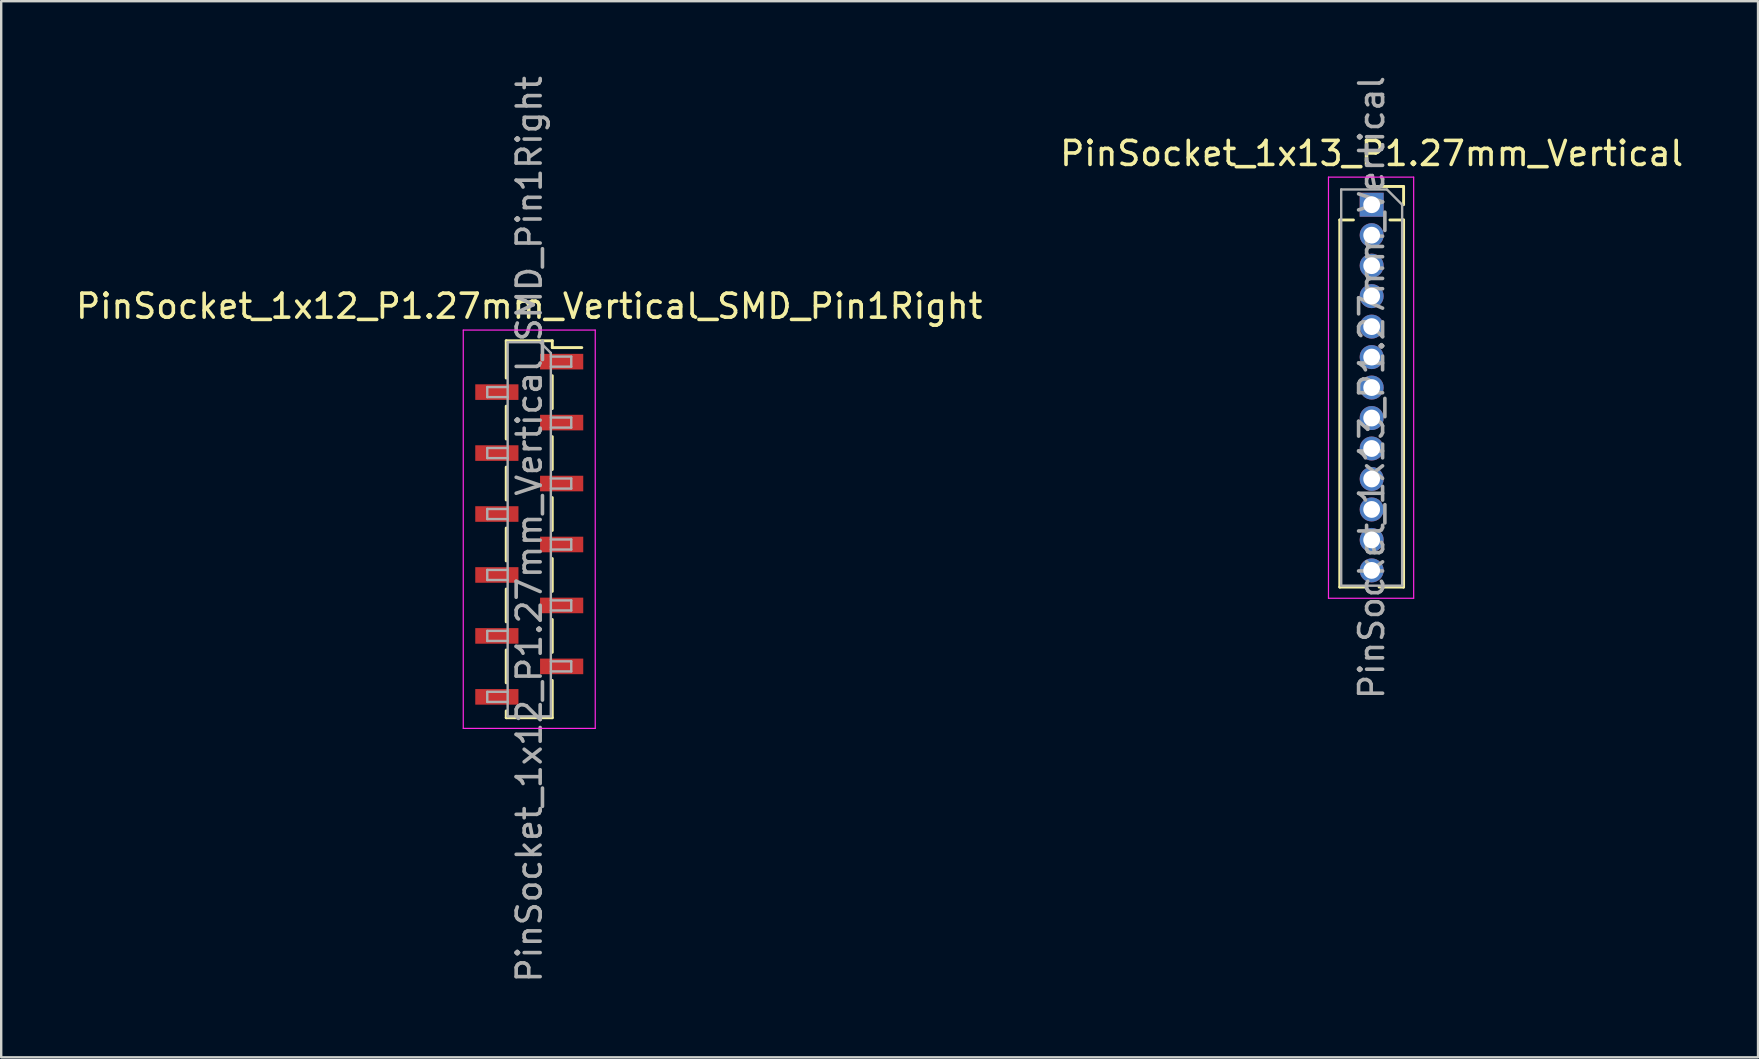
<source format=kicad_pcb>
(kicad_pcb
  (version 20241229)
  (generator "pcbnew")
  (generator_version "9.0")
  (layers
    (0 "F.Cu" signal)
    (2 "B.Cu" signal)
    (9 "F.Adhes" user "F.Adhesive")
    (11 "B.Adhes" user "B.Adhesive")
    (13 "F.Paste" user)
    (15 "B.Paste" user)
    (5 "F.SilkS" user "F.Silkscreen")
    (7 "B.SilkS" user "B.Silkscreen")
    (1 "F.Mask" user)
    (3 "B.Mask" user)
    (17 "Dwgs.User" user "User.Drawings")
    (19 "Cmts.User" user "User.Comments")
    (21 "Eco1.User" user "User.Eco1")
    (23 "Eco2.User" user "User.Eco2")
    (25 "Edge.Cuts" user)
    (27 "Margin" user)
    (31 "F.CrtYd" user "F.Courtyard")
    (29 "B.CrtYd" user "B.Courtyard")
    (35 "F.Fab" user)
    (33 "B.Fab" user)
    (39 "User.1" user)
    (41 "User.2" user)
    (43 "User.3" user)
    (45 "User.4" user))
  (footprint "PinSocket_1x13_P1.27mm_Vertical"
    (layer "F.Cu")
    (at 54.113 5.481)
    (property "Reference" "PinSocket_1x13_P1.27mm_Vertical" (at 0 -2.135 0) (layer "F.SilkS") (effects (font (size 1 1) (thickness 0.15))))
    (attr through_hole)
    (fp_line (start -1.33 0.635) (end -1.33 15.935) (stroke (width 0.12) (type solid)) (layer "F.SilkS"))
    (fp_line (start -1.33 0.635) (end -0.76 0.635) (stroke (width 0.12) (type solid)) (layer "F.SilkS"))
    (fp_line (start -1.33 15.935) (end -0.308 15.935) (stroke (width 0.12) (type solid)) (layer "F.SilkS"))
    (fp_line (start 0 -0.76) (end 1.33 -0.76) (stroke (width 0.12) (type solid)) (layer "F.SilkS"))
    (fp_line (start 0.308 15.935) (end 1.33 15.935) (stroke (width 0.12) (type solid)) (layer "F.SilkS"))
    (fp_line (start 0.76 0.635) (end 1.33 0.635) (stroke (width 0.12) (type solid)) (layer "F.SilkS"))
    (fp_line (start 1.33 -0.76) (end 1.33 0) (stroke (width 0.12) (type solid)) (layer "F.SilkS"))
    (fp_line (start 1.33 0.635) (end 1.33 15.935) (stroke (width 0.12) (type solid)) (layer "F.SilkS"))
    (fp_line (start -1.8 -1.15) (end 1.75 -1.15) (stroke (width 0.05) (type solid)) (layer "F.CrtYd"))
    (fp_line (start -1.8 16.4) (end -1.8 -1.15) (stroke (width 0.05) (type solid)) (layer "F.CrtYd"))
    (fp_line (start 1.75 -1.15) (end 1.75 16.4) (stroke (width 0.05) (type solid)) (layer "F.CrtYd"))
    (fp_line (start 1.75 16.4) (end -1.8 16.4) (stroke (width 0.05) (type solid)) (layer "F.CrtYd"))
    (fp_line (start -1.27 -0.635) (end 0.635 -0.635) (stroke (width 0.1) (type solid)) (layer "F.Fab"))
    (fp_line (start -1.27 15.875) (end -1.27 -0.635) (stroke (width 0.1) (type solid)) (layer "F.Fab"))
    (fp_line (start 0.635 -0.635) (end 1.27 0) (stroke (width 0.1) (type solid)) (layer "F.Fab"))
    (fp_line (start 1.27 0) (end 1.27 15.875) (stroke (width 0.1) (type solid)) (layer "F.Fab"))
    (fp_line (start 1.27 15.875) (end -1.27 15.875) (stroke (width 0.1) (type solid)) (layer "F.Fab"))
    (fp_text user "${REFERENCE}" (at 0 7.62 90) (layer "F.Fab") (effects (font (size 1 1) (thickness 0.15))))
    (pad "1" thru_hole rect (at 0 0) (size 1 1) (drill 0.7) (layers "*.Cu" "*.Mask"))
    (pad "2" thru_hole oval (at 0 1.27) (size 1 1) (drill 0.7) (layers "*.Cu" "*.Mask"))
    (pad "3" thru_hole oval (at 0 2.54) (size 1 1) (drill 0.7) (layers "*.Cu" "*.Mask"))
    (pad "4" thru_hole oval (at 0 3.81) (size 1 1) (drill 0.7) (layers "*.Cu" "*.Mask"))
    (pad "5" thru_hole oval (at 0 5.08) (size 1 1) (drill 0.7) (layers "*.Cu" "*.Mask"))
    (pad "6" thru_hole oval (at 0 6.35) (size 1 1) (drill 0.7) (layers "*.Cu" "*.Mask"))
    (pad "7" thru_hole oval (at 0 7.62) (size 1 1) (drill 0.7) (layers "*.Cu" "*.Mask"))
    (pad "8" thru_hole oval (at 0 8.89) (size 1 1) (drill 0.7) (layers "*.Cu" "*.Mask"))
    (pad "9" thru_hole oval (at 0 10.16) (size 1 1) (drill 0.7) (layers "*.Cu" "*.Mask"))
    (pad "10" thru_hole oval (at 0 11.43) (size 1 1) (drill 0.7) (layers "*.Cu" "*.Mask"))
    (pad "11" thru_hole oval (at 0 12.7) (size 1 1) (drill 0.7) (layers "*.Cu" "*.Mask"))
    (pad "12" thru_hole oval (at 0 13.97) (size 1 1) (drill 0.7) (layers "*.Cu" "*.Mask"))
    (pad "13" thru_hole oval (at 0 15.24) (size 1 1) (drill 0.7) (layers "*.Cu" "*.Mask")))
  (footprint "PinSocket_1x12_P1.27mm_Vertical_SMD_Pin1Right"
    (layer "F.Cu")
    (at 19.006 19.006)
    (property "Reference" "PinSocket_1x12_P1.27mm_Vertical_SMD_Pin1Right" (at 0 -9.295 0) (layer "F.SilkS") (effects (font (size 1 1) (thickness 0.15))))
    (attr smd)
    (fp_line (start -0.96 -7.855) (end -0.96 -6.3) (stroke (width 0.12) (type solid)) (layer "F.SilkS"))
    (fp_line (start -0.96 -7.855) (end 0.96 -7.855) (stroke (width 0.12) (type solid)) (layer "F.SilkS"))
    (fp_line (start -0.96 -5.13) (end -0.96 -3.76) (stroke (width 0.12) (type solid)) (layer "F.SilkS"))
    (fp_line (start -0.96 -2.59) (end -0.96 -1.22) (stroke (width 0.12) (type solid)) (layer "F.SilkS"))
    (fp_line (start -0.96 -0.05) (end -0.96 1.32) (stroke (width 0.12) (type solid)) (layer "F.SilkS"))
    (fp_line (start -0.96 2.49) (end -0.96 3.86) (stroke (width 0.12) (type solid)) (layer "F.SilkS"))
    (fp_line (start -0.96 5.03) (end -0.96 6.4) (stroke (width 0.12) (type solid)) (layer "F.SilkS"))
    (fp_line (start -0.96 7.57) (end -0.96 7.855) (stroke (width 0.12) (type solid)) (layer "F.SilkS"))
    (fp_line (start -0.96 7.855) (end 0.96 7.855) (stroke (width 0.12) (type solid)) (layer "F.SilkS"))
    (fp_line (start 0.96 -7.855) (end 0.96 -7.57) (stroke (width 0.12) (type solid)) (layer "F.SilkS"))
    (fp_line (start 0.96 -7.57) (end 2.19 -7.57) (stroke (width 0.12) (type solid)) (layer "F.SilkS"))
    (fp_line (start 0.96 -6.4) (end 0.96 -5.03) (stroke (width 0.12) (type solid)) (layer "F.SilkS"))
    (fp_line (start 0.96 -3.86) (end 0.96 -2.49) (stroke (width 0.12) (type solid)) (layer "F.SilkS"))
    (fp_line (start 0.96 -1.32) (end 0.96 0.05) (stroke (width 0.12) (type solid)) (layer "F.SilkS"))
    (fp_line (start 0.96 1.22) (end 0.96 2.59) (stroke (width 0.12) (type solid)) (layer "F.SilkS"))
    (fp_line (start 0.96 3.76) (end 0.96 5.13) (stroke (width 0.12) (type solid)) (layer "F.SilkS"))
    (fp_line (start 0.96 6.3) (end 0.96 7.855) (stroke (width 0.12) (type solid)) (layer "F.SilkS"))
    (fp_line (start -2.75 -8.3) (end 2.75 -8.3) (stroke (width 0.05) (type solid)) (layer "F.CrtYd"))
    (fp_line (start -2.75 8.3) (end -2.75 -8.3) (stroke (width 0.05) (type solid)) (layer "F.CrtYd"))
    (fp_line (start 2.75 -8.3) (end 2.75 8.3) (stroke (width 0.05) (type solid)) (layer "F.CrtYd"))
    (fp_line (start 2.75 8.3) (end -2.75 8.3) (stroke (width 0.05) (type solid)) (layer "F.CrtYd"))
    (fp_line (start -1.75 -5.925) (end -0.9 -5.925) (stroke (width 0.1) (type solid)) (layer "F.Fab"))
    (fp_line (start -1.75 -5.505) (end -1.75 -5.925) (stroke (width 0.1) (type solid)) (layer "F.Fab"))
    (fp_line (start -1.75 -3.385) (end -0.9 -3.385) (stroke (width 0.1) (type solid)) (layer "F.Fab"))
    (fp_line (start -1.75 -2.965) (end -1.75 -3.385) (stroke (width 0.1) (type solid)) (layer "F.Fab"))
    (fp_line (start -1.75 -0.845) (end -0.9 -0.845) (stroke (width 0.1) (type solid)) (layer "F.Fab"))
    (fp_line (start -1.75 -0.425) (end -1.75 -0.845) (stroke (width 0.1) (type solid)) (layer "F.Fab"))
    (fp_line (start -1.75 1.695) (end -0.9 1.695) (stroke (width 0.1) (type solid)) (layer "F.Fab"))
    (fp_line (start -1.75 2.115) (end -1.75 1.695) (stroke (width 0.1) (type solid)) (layer "F.Fab"))
    (fp_line (start -1.75 4.235) (end -0.9 4.235) (stroke (width 0.1) (type solid)) (layer "F.Fab"))
    (fp_line (start -1.75 4.655) (end -1.75 4.235) (stroke (width 0.1) (type solid)) (layer "F.Fab"))
    (fp_line (start -1.75 6.775) (end -0.9 6.775) (stroke (width 0.1) (type solid)) (layer "F.Fab"))
    (fp_line (start -1.75 7.195) (end -1.75 6.775) (stroke (width 0.1) (type solid)) (layer "F.Fab"))
    (fp_line (start -0.9 -7.795) (end 0.45 -7.795) (stroke (width 0.1) (type solid)) (layer "F.Fab"))
    (fp_line (start -0.9 -5.505) (end -1.75 -5.505) (stroke (width 0.1) (type solid)) (layer "F.Fab"))
    (fp_line (start -0.9 -2.965) (end -1.75 -2.965) (stroke (width 0.1) (type solid)) (layer "F.Fab"))
    (fp_line (start -0.9 -0.425) (end -1.75 -0.425) (stroke (width 0.1) (type solid)) (layer "F.Fab"))
    (fp_line (start -0.9 2.115) (end -1.75 2.115) (stroke (width 0.1) (type solid)) (layer "F.Fab"))
    (fp_line (start -0.9 4.655) (end -1.75 4.655) (stroke (width 0.1) (type solid)) (layer "F.Fab"))
    (fp_line (start -0.9 7.195) (end -1.75 7.195) (stroke (width 0.1) (type solid)) (layer "F.Fab"))
    (fp_line (start -0.9 7.795) (end -0.9 -7.795) (stroke (width 0.1) (type solid)) (layer "F.Fab"))
    (fp_line (start 0.45 -7.795) (end 0.9 -7.345) (stroke (width 0.1) (type solid)) (layer "F.Fab"))
    (fp_line (start 0.9 -7.345) (end 0.9 7.795) (stroke (width 0.1) (type solid)) (layer "F.Fab"))
    (fp_line (start 0.9 -7.195) (end 1.75 -7.195) (stroke (width 0.1) (type solid)) (layer "F.Fab"))
    (fp_line (start 0.9 -4.655) (end 1.75 -4.655) (stroke (width 0.1) (type solid)) (layer "F.Fab"))
    (fp_line (start 0.9 -2.115) (end 1.75 -2.115) (stroke (width 0.1) (type solid)) (layer "F.Fab"))
    (fp_line (start 0.9 0.425) (end 1.75 0.425) (stroke (width 0.1) (type solid)) (layer "F.Fab"))
    (fp_line (start 0.9 2.965) (end 1.75 2.965) (stroke (width 0.1) (type solid)) (layer "F.Fab"))
    (fp_line (start 0.9 5.505) (end 1.75 5.505) (stroke (width 0.1) (type solid)) (layer "F.Fab"))
    (fp_line (start 0.9 7.795) (end -0.9 7.795) (stroke (width 0.1) (type solid)) (layer "F.Fab"))
    (fp_line (start 1.75 -7.195) (end 1.75 -6.775) (stroke (width 0.1) (type solid)) (layer "F.Fab"))
    (fp_line (start 1.75 -6.775) (end 0.9 -6.775) (stroke (width 0.1) (type solid)) (layer "F.Fab"))
    (fp_line (start 1.75 -4.655) (end 1.75 -4.235) (stroke (width 0.1) (type solid)) (layer "F.Fab"))
    (fp_line (start 1.75 -4.235) (end 0.9 -4.235) (stroke (width 0.1) (type solid)) (layer "F.Fab"))
    (fp_line (start 1.75 -2.115) (end 1.75 -1.695) (stroke (width 0.1) (type solid)) (layer "F.Fab"))
    (fp_line (start 1.75 -1.695) (end 0.9 -1.695) (stroke (width 0.1) (type solid)) (layer "F.Fab"))
    (fp_line (start 1.75 0.425) (end 1.75 0.845) (stroke (width 0.1) (type solid)) (layer "F.Fab"))
    (fp_line (start 1.75 0.845) (end 0.9 0.845) (stroke (width 0.1) (type solid)) (layer "F.Fab"))
    (fp_line (start 1.75 2.965) (end 1.75 3.385) (stroke (width 0.1) (type solid)) (layer "F.Fab"))
    (fp_line (start 1.75 3.385) (end 0.9 3.385) (stroke (width 0.1) (type solid)) (layer "F.Fab"))
    (fp_line (start 1.75 5.505) (end 1.75 5.925) (stroke (width 0.1) (type solid)) (layer "F.Fab"))
    (fp_line (start 1.75 5.925) (end 0.9 5.925) (stroke (width 0.1) (type solid)) (layer "F.Fab"))
    (fp_text user "${REFERENCE}" (at 0 0 90) (layer "F.Fab") (effects (font (size 1 1) (thickness 0.15))))
    (pad "1" smd rect (at 1.35 -6.985) (size 1.8 0.65) (layers "F.Cu" "F.Mask" "F.Paste"))
    (pad "2" smd rect (at -1.35 -5.715) (size 1.8 0.65) (layers "F.Cu" "F.Mask" "F.Paste"))
    (pad "3" smd rect (at 1.35 -4.445) (size 1.8 0.65) (layers "F.Cu" "F.Mask" "F.Paste"))
    (pad "4" smd rect (at -1.35 -3.175) (size 1.8 0.65) (layers "F.Cu" "F.Mask" "F.Paste"))
    (pad "5" smd rect (at 1.35 -1.905) (size 1.8 0.65) (layers "F.Cu" "F.Mask" "F.Paste"))
    (pad "6" smd rect (at -1.35 -0.635) (size 1.8 0.65) (layers "F.Cu" "F.Mask" "F.Paste"))
    (pad "7" smd rect (at 1.35 0.635) (size 1.8 0.65) (layers "F.Cu" "F.Mask" "F.Paste"))
    (pad "8" smd rect (at -1.35 1.905) (size 1.8 0.65) (layers "F.Cu" "F.Mask" "F.Paste"))
    (pad "9" smd rect (at 1.35 3.175) (size 1.8 0.65) (layers "F.Cu" "F.Mask" "F.Paste"))
    (pad "10" smd rect (at -1.35 4.445) (size 1.8 0.65) (layers "F.Cu" "F.Mask" "F.Paste"))
    (pad "11" smd rect (at 1.35 5.715) (size 1.8 0.65) (layers "F.Cu" "F.Mask" "F.Paste"))
    (pad "12" smd rect (at -1.35 6.985) (size 1.8 0.65) (layers "F.Cu" "F.Mask" "F.Paste")))
  (gr_rect
    (start -3 -3)
    (end 70.214 41.012)
    (stroke (width 0.1) (type default))
    (fill no)
    (layer "Edge.Cuts")))
</source>
